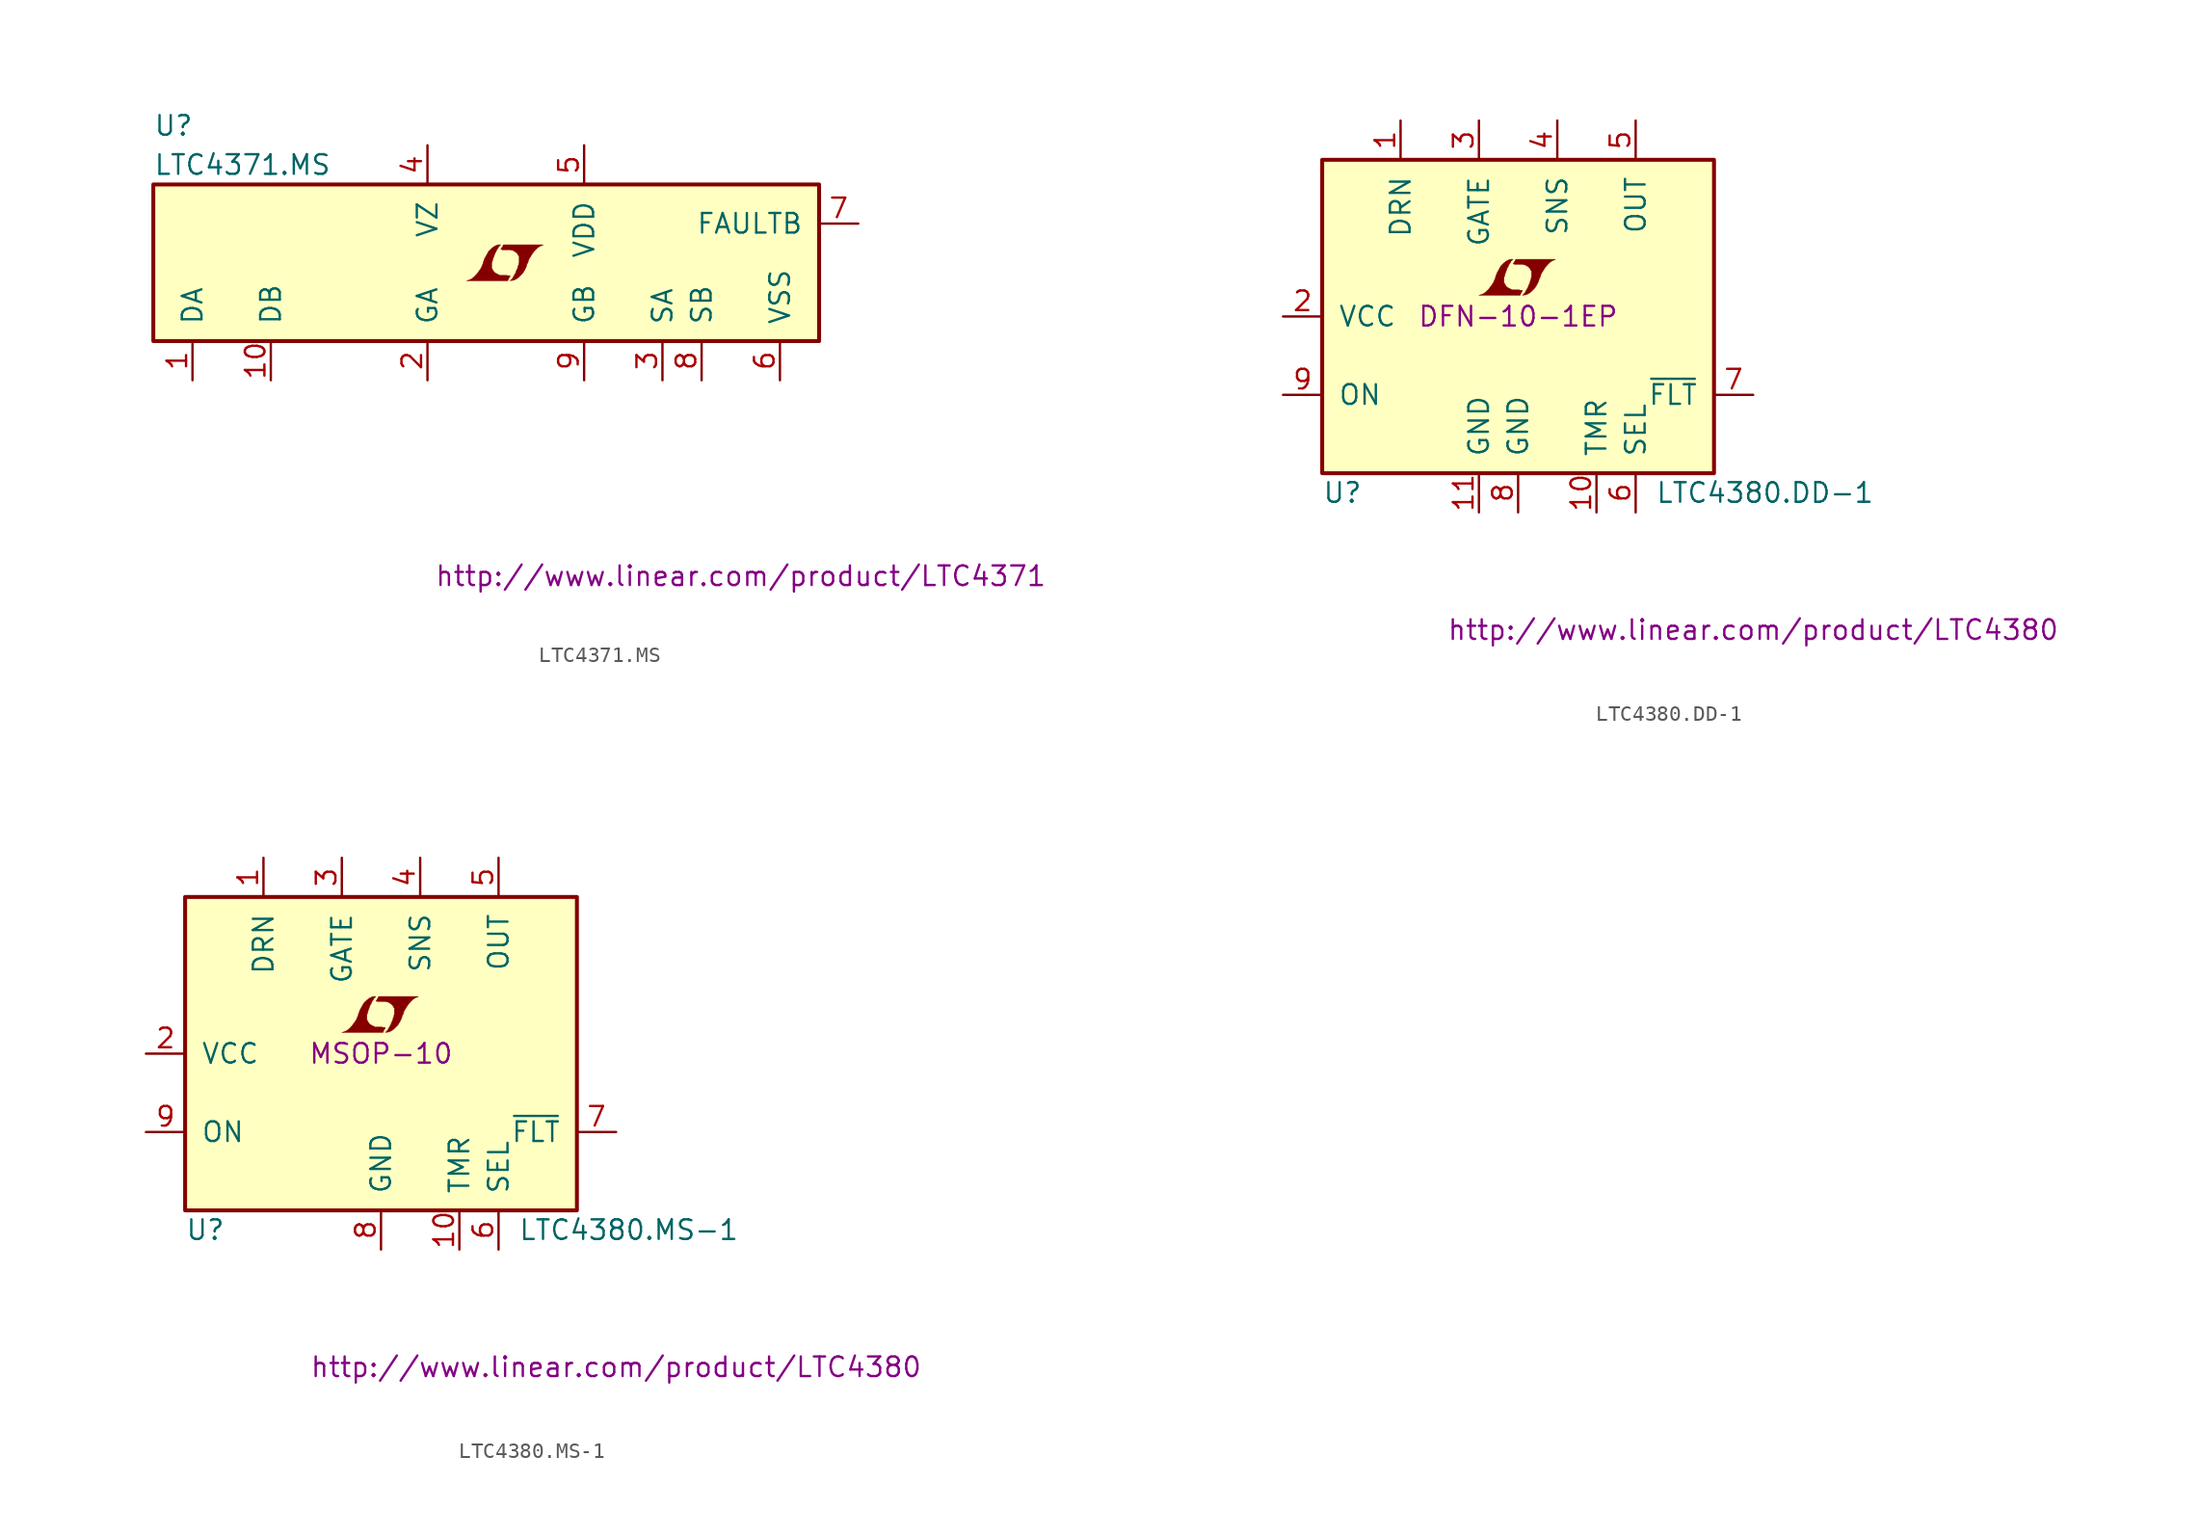
<source format=kicad_sym>
(kicad_symbol_lib
  (version 20201005)
  (generator kicad_symbol_editor)
  (symbol "LTC4371.MS"
    (pin_names
      (offset 1.016))
    (property "Reference" "U"
      (at -22.86 8.89 0)
      (effects (font (size 1.27 1.27)) (justify left)))
    (property "Value" "LTC4371.MS"
      (at -22.86 6.35 0)
      (effects (font (size 1.27 1.27)) (justify left)))
    (property "Datasheet" "http://www.linear.com/product/LTC4371"
      (at 15.24 -20.32 0)
      (effects (font (size 1.27 1.27))))
    (symbol "LTC4371.MS_0_0"
      (polyline (pts (xy 0.203 -0.991) (xy 0.229 -0.965) (xy 0.279 -0.864) (xy 0.279 -0.838) (xy 0.152 -0.838) (xy 0.051 -0.813) (xy -0.406 -0.813) (xy -0.432 -0.787) (xy -0.686 -0.66) (xy -0.787 -0.559) (xy -0.864 -0.432) (xy -0.914 -0.33) (xy -0.914 -0.025) (xy -0.864 0.127) (xy -0.838 0.229) (xy -0.813 0.305) (xy -0.762 0.432) (xy -0.711 0.584) (xy -0.635 0.711) (xy -0.584 0.838) (xy -0.508 0.94) (xy -0.457 1.041) (xy -0.33 1.168) (xy -0.508 1.168) (xy -0.635 1.118) (xy -0.737 1.067) (xy -0.813 1.016) (xy -0.94 0.914) (xy -1.118 0.737) (xy -1.372 0.279) (xy -1.473 0) (xy -1.473 -0.051) (xy -1.524 -0.152) (xy -1.575 -0.279) (xy -1.626 -0.381) (xy -1.753 -0.559) (xy -1.905 -0.762) (xy -2.057 -0.914) (xy -2.21 -1.041) (xy -2.388 -1.118) (xy -2.54 -1.168) (xy 0.127 -1.168) (xy 0.203 -0.991)) (stroke (width 0.025)) (fill (type outline)))
      (polyline (pts (xy 0.406 -1.143) (xy 0.483 -1.143) (xy 0.66 -1.067) (xy 0.813 -0.965) (xy 1.092 -0.686) (xy 1.219 -0.483) (xy 1.321 -0.279) (xy 1.397 -0.025) (xy 1.422 -0.025) (xy 1.499 0.229) (xy 1.753 0.635) (xy 1.905 0.813) (xy 2.057 0.965) (xy 2.21 1.067) (xy 2.388 1.143) (xy 2.413 1.143) (xy 2.413 1.168) (xy -0.152 1.168) (xy -0.229 1.016) (xy -0.254 0.991) (xy -0.305 0.889) (xy -0.33 0.864) (xy -0.279 0.864) (xy -0.229 0.838) (xy 0.305 0.838) (xy 0.356 0.813) (xy 0.406 0.813) (xy 0.483 0.787) (xy 0.61 0.711) (xy 0.737 0.61) (xy 0.813 0.483) (xy 0.838 0.432) (xy 0.864 0.406) (xy 0.864 0) (xy 0.838 -0.051) (xy 0.838 -0.127) (xy 0.787 -0.229) (xy 0.762 -0.356) (xy 0.686 -0.508) (xy 0.635 -0.66) (xy 0.483 -0.914) (xy 0.432 -1.016) (xy 0.279 -1.168) (xy 0.406 -1.143)) (stroke (width 0.025)) (fill (type outline))))
    (symbol "LTC4371.MS_0_1"
      (rectangle (start -22.86 5.08) (end 20.32 -5.08) (stroke (width 0.254)) (fill (type background))))
    (symbol "LTC4371.MS_1_1"
      (pin input line (at -20.32 -7.62 90) (length 2.54) (name "DA" (effects (font (size 1.27 1.27)))) (number "1" (effects (font (size 1.27 1.27)))))
      (pin output line (at -5.08 -7.62 90) (length 2.54) (name "GA" (effects (font (size 1.27 1.27)))) (number "2" (effects (font (size 1.27 1.27)))))
      (pin input line (at 10.16 -7.62 90) (length 2.54) (name "SA" (effects (font (size 1.27 1.27)))) (number "3" (effects (font (size 1.27 1.27)))))
      (pin passive line (at -5.08 7.62 270) (length 2.54) (name "VZ" (effects (font (size 1.27 1.27)))) (number "4" (effects (font (size 1.27 1.27)))))
      (pin power_in line (at 5.08 7.62 270) (length 2.54) (name "VDD" (effects (font (size 1.27 1.27)))) (number "5" (effects (font (size 1.27 1.27)))))
      (pin power_in line (at 17.78 -7.62 90) (length 2.54) (name "VSS" (effects (font (size 1.27 1.27)))) (number "6" (effects (font (size 1.27 1.27)))))
      (pin open_collector line (at 22.86 2.54 180) (length 2.54) (name "FAULTB" (effects (font (size 1.27 1.27)))) (number "7" (effects (font (size 1.27 1.27)))))
      (pin input line (at 12.7 -7.62 90) (length 2.54) (name "SB" (effects (font (size 1.27 1.27)))) (number "8" (effects (font (size 1.27 1.27)))))
      (pin output line (at 5.08 -7.62 90) (length 2.54) (name "GB" (effects (font (size 1.27 1.27)))) (number "9" (effects (font (size 1.27 1.27)))))
      (pin input line (at -15.24 -7.62 90) (length 2.54) (name "DB" (effects (font (size 1.27 1.27)))) (number "10" (effects (font (size 1.27 1.27)))))))
  (symbol "LTC4380.DD-1"
    (pin_names
      (offset 1.016))
    (property "Reference" "U"
      (at -12.7 -11.43 0)
      (effects (font (size 1.27 1.27)) (justify left)))
    (property "Value" "LTC4380.DD-1"
      (at 8.89 -11.43 0)
      (effects (font (size 1.27 1.27)) (justify left)))
    (property "Footprint" "DFN-10-1EP"
      (at 0 0 0)
      (effects (font (size 1.27 1.27))))
    (property "Datasheet" "http://www.linear.com/product/LTC4380"
      (at 15.24 -20.32 0)
      (effects (font (size 1.27 1.27))))
    (symbol "LTC4380.DD-1_0_0"
      (polyline (pts (xy 0.203 1.549) (xy 0.229 1.575) (xy 0.279 1.676) (xy 0.279 1.702) (xy 0.152 1.702) (xy 0.051 1.727) (xy -0.406 1.727) (xy -0.432 1.753) (xy -0.686 1.88) (xy -0.787 1.981) (xy -0.864 2.108) (xy -0.914 2.21) (xy -0.914 2.515) (xy -0.864 2.667) (xy -0.838 2.769) (xy -0.813 2.845) (xy -0.762 2.972) (xy -0.711 3.124) (xy -0.635 3.251) (xy -0.584 3.378) (xy -0.508 3.48) (xy -0.457 3.581) (xy -0.33 3.708) (xy -0.508 3.708) (xy -0.635 3.658) (xy -0.737 3.607) (xy -0.813 3.556) (xy -0.94 3.454) (xy -1.118 3.277) (xy -1.372 2.819) (xy -1.473 2.54) (xy -1.473 2.489) (xy -1.524 2.388) (xy -1.575 2.261) (xy -1.626 2.159) (xy -1.753 1.981) (xy -1.905 1.778) (xy -2.057 1.626) (xy -2.21 1.499) (xy -2.388 1.422) (xy -2.54 1.372) (xy 0.127 1.372) (xy 0.203 1.549)) (stroke (width 0.025)) (fill (type outline)))
      (polyline (pts (xy 0.406 1.397) (xy 0.483 1.397) (xy 0.66 1.473) (xy 0.813 1.575) (xy 1.092 1.854) (xy 1.219 2.057) (xy 1.321 2.261) (xy 1.397 2.515) (xy 1.422 2.515) (xy 1.499 2.769) (xy 1.753 3.175) (xy 1.905 3.353) (xy 2.057 3.505) (xy 2.21 3.607) (xy 2.388 3.683) (xy 2.413 3.683) (xy 2.413 3.708) (xy -0.152 3.708) (xy -0.229 3.556) (xy -0.254 3.531) (xy -0.305 3.429) (xy -0.33 3.404) (xy -0.279 3.404) (xy -0.229 3.378) (xy 0.305 3.378) (xy 0.356 3.353) (xy 0.406 3.353) (xy 0.483 3.327) (xy 0.61 3.251) (xy 0.737 3.15) (xy 0.813 3.023) (xy 0.838 2.972) (xy 0.864 2.946) (xy 0.864 2.54) (xy 0.838 2.489) (xy 0.838 2.413) (xy 0.787 2.311) (xy 0.762 2.184) (xy 0.686 2.032) (xy 0.635 1.88) (xy 0.483 1.626) (xy 0.432 1.524) (xy 0.279 1.372) (xy 0.406 1.397)) (stroke (width 0.025)) (fill (type outline))))
    (symbol "LTC4380.DD-1_0_1"
      (rectangle (start -12.7 10.16) (end 12.7 -10.16) (stroke (width 0.254)) (fill (type background))))
    (symbol "LTC4380.DD-1_1_1"
      (pin passive line (at -7.62 12.7 270) (length 2.54) (name "DRN" (effects (font (size 1.27 1.27)))) (number "1" (effects (font (size 1.27 1.27)))))
      (pin power_in line (at -15.24 0 0) (length 2.54) (name "VCC" (effects (font (size 1.27 1.27)))) (number "2" (effects (font (size 1.27 1.27)))))
      (pin passive line (at -2.54 12.7 270) (length 2.54) (name "GATE" (effects (font (size 1.27 1.27)))) (number "3" (effects (font (size 1.27 1.27)))))
      (pin passive line (at 2.54 12.7 270) (length 2.54) (name "SNS" (effects (font (size 1.27 1.27)))) (number "4" (effects (font (size 1.27 1.27)))))
      (pin passive line (at 7.62 12.7 270) (length 2.54) (name "OUT" (effects (font (size 1.27 1.27)))) (number "5" (effects (font (size 1.27 1.27)))))
      (pin input line (at 7.62 -12.7 90) (length 2.54) (name "SEL" (effects (font (size 1.27 1.27)))) (number "6" (effects (font (size 1.27 1.27)))))
      (pin open_collector line (at 15.24 -5.08 180) (length 2.54) (name "~FLT~" (effects (font (size 1.27 1.27)))) (number "7" (effects (font (size 1.27 1.27)))))
      (pin power_in line (at 0 -12.7 90) (length 2.54) (name "GND" (effects (font (size 1.27 1.27)))) (number "8" (effects (font (size 1.27 1.27)))))
      (pin input line (at -15.24 -5.08 0) (length 2.54) (name "ON" (effects (font (size 1.27 1.27)))) (number "9" (effects (font (size 1.27 1.27)))))
      (pin passive line (at 5.08 -12.7 90) (length 2.54) (name "TMR" (effects (font (size 1.27 1.27)))) (number "10" (effects (font (size 1.27 1.27)))))
      (pin power_in line (at -2.54 -12.7 90) (length 2.54) (name "GND" (effects (font (size 1.27 1.27)))) (number "11" (effects (font (size 1.27 1.27)))))))
  (symbol "LTC4380.MS-1"
    (pin_names
      (offset 1.016))
    (property "Reference" "U"
      (at -12.7 -11.43 0)
      (effects (font (size 1.27 1.27)) (justify left)))
    (property "Value" "LTC4380.MS-1"
      (at 8.89 -11.43 0)
      (effects (font (size 1.27 1.27)) (justify left)))
    (property "Footprint" "MSOP-10"
      (at 0 0 0)
      (effects (font (size 1.27 1.27))))
    (property "Datasheet" "http://www.linear.com/product/LTC4380"
      (at 15.24 -20.32 0)
      (effects (font (size 1.27 1.27))))
    (symbol "LTC4380.MS-1_0_0"
      (polyline (pts (xy 0.203 1.549) (xy 0.229 1.575) (xy 0.279 1.676) (xy 0.279 1.702) (xy 0.152 1.702) (xy 0.051 1.727) (xy -0.406 1.727) (xy -0.432 1.753) (xy -0.686 1.88) (xy -0.787 1.981) (xy -0.864 2.108) (xy -0.914 2.21) (xy -0.914 2.515) (xy -0.864 2.667) (xy -0.838 2.769) (xy -0.813 2.845) (xy -0.762 2.972) (xy -0.711 3.124) (xy -0.635 3.251) (xy -0.584 3.378) (xy -0.508 3.48) (xy -0.457 3.581) (xy -0.33 3.708) (xy -0.508 3.708) (xy -0.635 3.658) (xy -0.737 3.607) (xy -0.813 3.556) (xy -0.94 3.454) (xy -1.118 3.277) (xy -1.372 2.819) (xy -1.473 2.54) (xy -1.473 2.489) (xy -1.524 2.388) (xy -1.575 2.261) (xy -1.626 2.159) (xy -1.753 1.981) (xy -1.905 1.778) (xy -2.057 1.626) (xy -2.21 1.499) (xy -2.388 1.422) (xy -2.54 1.372) (xy 0.127 1.372) (xy 0.203 1.549)) (stroke (width 0.025)) (fill (type outline)))
      (polyline (pts (xy 0.406 1.397) (xy 0.483 1.397) (xy 0.66 1.473) (xy 0.813 1.575) (xy 1.092 1.854) (xy 1.219 2.057) (xy 1.321 2.261) (xy 1.397 2.515) (xy 1.422 2.515) (xy 1.499 2.769) (xy 1.753 3.175) (xy 1.905 3.353) (xy 2.057 3.505) (xy 2.21 3.607) (xy 2.388 3.683) (xy 2.413 3.683) (xy 2.413 3.708) (xy -0.152 3.708) (xy -0.229 3.556) (xy -0.254 3.531) (xy -0.305 3.429) (xy -0.33 3.404) (xy -0.279 3.404) (xy -0.229 3.378) (xy 0.305 3.378) (xy 0.356 3.353) (xy 0.406 3.353) (xy 0.483 3.327) (xy 0.61 3.251) (xy 0.737 3.15) (xy 0.813 3.023) (xy 0.838 2.972) (xy 0.864 2.946) (xy 0.864 2.54) (xy 0.838 2.489) (xy 0.838 2.413) (xy 0.787 2.311) (xy 0.762 2.184) (xy 0.686 2.032) (xy 0.635 1.88) (xy 0.483 1.626) (xy 0.432 1.524) (xy 0.279 1.372) (xy 0.406 1.397)) (stroke (width 0.025)) (fill (type outline))))
    (symbol "LTC4380.MS-1_0_1"
      (rectangle (start -12.7 10.16) (end 12.7 -10.16) (stroke (width 0.254)) (fill (type background))))
    (symbol "LTC4380.MS-1_1_1"
      (pin passive line (at -7.62 12.7 270) (length 2.54) (name "DRN" (effects (font (size 1.27 1.27)))) (number "1" (effects (font (size 1.27 1.27)))))
      (pin power_in line (at -15.24 0 0) (length 2.54) (name "VCC" (effects (font (size 1.27 1.27)))) (number "2" (effects (font (size 1.27 1.27)))))
      (pin passive line (at -2.54 12.7 270) (length 2.54) (name "GATE" (effects (font (size 1.27 1.27)))) (number "3" (effects (font (size 1.27 1.27)))))
      (pin passive line (at 2.54 12.7 270) (length 2.54) (name "SNS" (effects (font (size 1.27 1.27)))) (number "4" (effects (font (size 1.27 1.27)))))
      (pin passive line (at 7.62 12.7 270) (length 2.54) (name "OUT" (effects (font (size 1.27 1.27)))) (number "5" (effects (font (size 1.27 1.27)))))
      (pin input line (at 7.62 -12.7 90) (length 2.54) (name "SEL" (effects (font (size 1.27 1.27)))) (number "6" (effects (font (size 1.27 1.27)))))
      (pin open_collector line (at 15.24 -5.08 180) (length 2.54) (name "~FLT~" (effects (font (size 1.27 1.27)))) (number "7" (effects (font (size 1.27 1.27)))))
      (pin power_in line (at 0 -12.7 90) (length 2.54) (name "GND" (effects (font (size 1.27 1.27)))) (number "8" (effects (font (size 1.27 1.27)))))
      (pin input line (at -15.24 -5.08 0) (length 2.54) (name "ON" (effects (font (size 1.27 1.27)))) (number "9" (effects (font (size 1.27 1.27)))))
      (pin passive line (at 5.08 -12.7 90) (length 2.54) (name "TMR" (effects (font (size 1.27 1.27)))) (number "10" (effects (font (size 1.27 1.27))))))))
</source>
